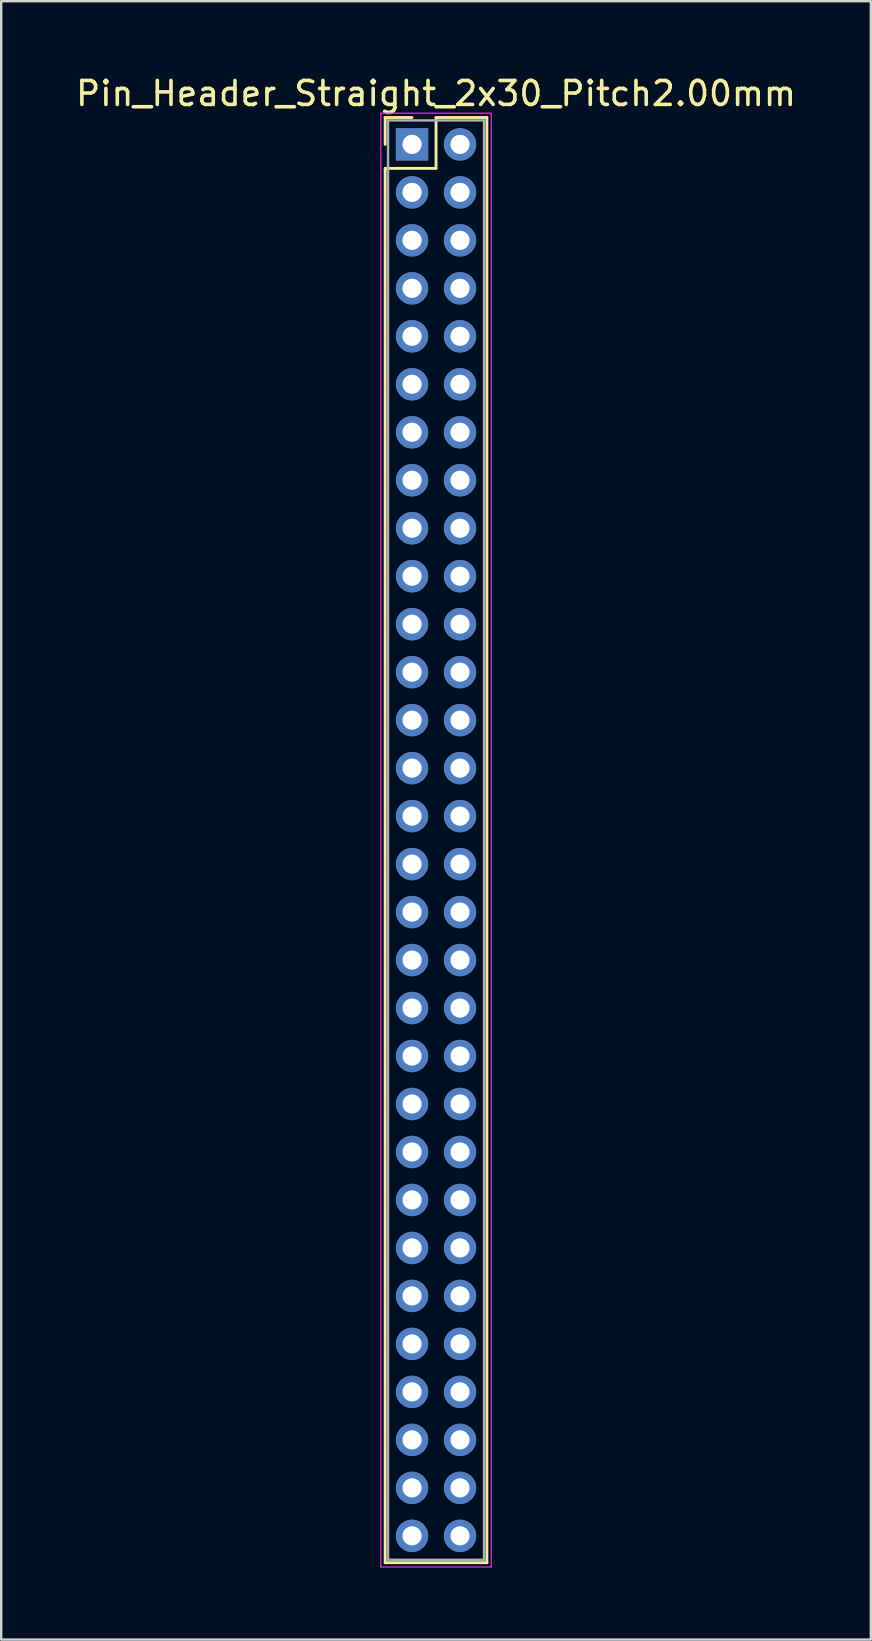
<source format=kicad_pcb>
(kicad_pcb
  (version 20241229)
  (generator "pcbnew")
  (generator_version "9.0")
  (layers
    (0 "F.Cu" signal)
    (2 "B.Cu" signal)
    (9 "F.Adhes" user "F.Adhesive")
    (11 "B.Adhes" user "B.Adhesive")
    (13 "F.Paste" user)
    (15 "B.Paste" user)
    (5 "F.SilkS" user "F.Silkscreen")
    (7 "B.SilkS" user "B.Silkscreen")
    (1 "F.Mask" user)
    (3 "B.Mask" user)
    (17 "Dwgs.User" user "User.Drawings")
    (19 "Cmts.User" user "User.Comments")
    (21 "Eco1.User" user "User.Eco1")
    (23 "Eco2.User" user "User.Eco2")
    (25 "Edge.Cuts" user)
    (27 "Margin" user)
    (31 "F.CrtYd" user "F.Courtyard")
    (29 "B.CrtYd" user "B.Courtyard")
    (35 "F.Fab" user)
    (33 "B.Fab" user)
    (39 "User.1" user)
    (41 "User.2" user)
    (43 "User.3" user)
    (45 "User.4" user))
  (footprint "Pin_Header_Straight_2x30_Pitch2.00mm"
    (layer "F.Cu")
    (at 14.125 2.968)
    (property "Reference" "Pin_Header_Straight_2x30_Pitch2.00mm" (at 1 -2.12 0) (layer "F.SilkS") (effects (font (size 1 1) (thickness 0.15))))
    (attr through_hole)
    (fp_line (start -1.12 -1.12) (end 0 -1.12) (stroke (width 0.12) (type solid)) (layer "F.SilkS"))
    (fp_line (start -1.12 0) (end -1.12 -1.12) (stroke (width 0.12) (type solid)) (layer "F.SilkS"))
    (fp_line (start -1.12 1) (end -1.12 59.12) (stroke (width 0.12) (type solid)) (layer "F.SilkS"))
    (fp_line (start -1.12 59.12) (end 3.12 59.12) (stroke (width 0.12) (type solid)) (layer "F.SilkS"))
    (fp_line (start 1 -1.12) (end 1 1) (stroke (width 0.12) (type solid)) (layer "F.SilkS"))
    (fp_line (start 1 1) (end -1.12 1) (stroke (width 0.12) (type solid)) (layer "F.SilkS"))
    (fp_line (start 3.12 -1.12) (end 1 -1.12) (stroke (width 0.12) (type solid)) (layer "F.SilkS"))
    (fp_line (start 3.12 59.12) (end 3.12 -1.12) (stroke (width 0.12) (type solid)) (layer "F.SilkS"))
    (fp_line (start -1.3 -1.3) (end -1.3 59.3) (stroke (width 0.05) (type solid)) (layer "F.CrtYd"))
    (fp_line (start -1.3 59.3) (end 3.3 59.3) (stroke (width 0.05) (type solid)) (layer "F.CrtYd"))
    (fp_line (start 3.3 -1.3) (end -1.3 -1.3) (stroke (width 0.05) (type solid)) (layer "F.CrtYd"))
    (fp_line (start 3.3 59.3) (end 3.3 -1.3) (stroke (width 0.05) (type solid)) (layer "F.CrtYd"))
    (fp_line (start -1 -1) (end -1 59) (stroke (width 0.1) (type solid)) (layer "F.Fab"))
    (fp_line (start -1 59) (end 3 59) (stroke (width 0.1) (type solid)) (layer "F.Fab"))
    (fp_line (start 3 -1) (end -1 -1) (stroke (width 0.1) (type solid)) (layer "F.Fab"))
    (fp_line (start 3 59) (end 3 -1) (stroke (width 0.1) (type solid)) (layer "F.Fab"))
    (pad "1" thru_hole rect (at 0 0) (size 1.35 1.35) (drill 0.8) (layers "*.Cu" "*.Mask"))
    (pad "2" thru_hole oval (at 2 0) (size 1.35 1.35) (drill 0.8) (layers "*.Cu" "*.Mask"))
    (pad "3" thru_hole oval (at 0 2) (size 1.35 1.35) (drill 0.8) (layers "*.Cu" "*.Mask"))
    (pad "4" thru_hole oval (at 2 2) (size 1.35 1.35) (drill 0.8) (layers "*.Cu" "*.Mask"))
    (pad "5" thru_hole oval (at 0 4) (size 1.35 1.35) (drill 0.8) (layers "*.Cu" "*.Mask"))
    (pad "6" thru_hole oval (at 2 4) (size 1.35 1.35) (drill 0.8) (layers "*.Cu" "*.Mask"))
    (pad "7" thru_hole oval (at 0 6) (size 1.35 1.35) (drill 0.8) (layers "*.Cu" "*.Mask"))
    (pad "8" thru_hole oval (at 2 6) (size 1.35 1.35) (drill 0.8) (layers "*.Cu" "*.Mask"))
    (pad "9" thru_hole oval (at 0 8) (size 1.35 1.35) (drill 0.8) (layers "*.Cu" "*.Mask"))
    (pad "10" thru_hole oval (at 2 8) (size 1.35 1.35) (drill 0.8) (layers "*.Cu" "*.Mask"))
    (pad "11" thru_hole oval (at 0 10) (size 1.35 1.35) (drill 0.8) (layers "*.Cu" "*.Mask"))
    (pad "12" thru_hole oval (at 2 10) (size 1.35 1.35) (drill 0.8) (layers "*.Cu" "*.Mask"))
    (pad "13" thru_hole oval (at 0 12) (size 1.35 1.35) (drill 0.8) (layers "*.Cu" "*.Mask"))
    (pad "14" thru_hole oval (at 2 12) (size 1.35 1.35) (drill 0.8) (layers "*.Cu" "*.Mask"))
    (pad "15" thru_hole oval (at 0 14) (size 1.35 1.35) (drill 0.8) (layers "*.Cu" "*.Mask"))
    (pad "16" thru_hole oval (at 2 14) (size 1.35 1.35) (drill 0.8) (layers "*.Cu" "*.Mask"))
    (pad "17" thru_hole oval (at 0 16) (size 1.35 1.35) (drill 0.8) (layers "*.Cu" "*.Mask"))
    (pad "18" thru_hole oval (at 2 16) (size 1.35 1.35) (drill 0.8) (layers "*.Cu" "*.Mask"))
    (pad "19" thru_hole oval (at 0 18) (size 1.35 1.35) (drill 0.8) (layers "*.Cu" "*.Mask"))
    (pad "20" thru_hole oval (at 2 18) (size 1.35 1.35) (drill 0.8) (layers "*.Cu" "*.Mask"))
    (pad "21" thru_hole oval (at 0 20) (size 1.35 1.35) (drill 0.8) (layers "*.Cu" "*.Mask"))
    (pad "22" thru_hole oval (at 2 20) (size 1.35 1.35) (drill 0.8) (layers "*.Cu" "*.Mask"))
    (pad "23" thru_hole oval (at 0 22) (size 1.35 1.35) (drill 0.8) (layers "*.Cu" "*.Mask"))
    (pad "24" thru_hole oval (at 2 22) (size 1.35 1.35) (drill 0.8) (layers "*.Cu" "*.Mask"))
    (pad "25" thru_hole oval (at 0 24) (size 1.35 1.35) (drill 0.8) (layers "*.Cu" "*.Mask"))
    (pad "26" thru_hole oval (at 2 24) (size 1.35 1.35) (drill 0.8) (layers "*.Cu" "*.Mask"))
    (pad "27" thru_hole oval (at 0 26) (size 1.35 1.35) (drill 0.8) (layers "*.Cu" "*.Mask"))
    (pad "28" thru_hole oval (at 2 26) (size 1.35 1.35) (drill 0.8) (layers "*.Cu" "*.Mask"))
    (pad "29" thru_hole oval (at 0 28) (size 1.35 1.35) (drill 0.8) (layers "*.Cu" "*.Mask"))
    (pad "30" thru_hole oval (at 2 28) (size 1.35 1.35) (drill 0.8) (layers "*.Cu" "*.Mask"))
    (pad "31" thru_hole oval (at 0 30) (size 1.35 1.35) (drill 0.8) (layers "*.Cu" "*.Mask"))
    (pad "32" thru_hole oval (at 2 30) (size 1.35 1.35) (drill 0.8) (layers "*.Cu" "*.Mask"))
    (pad "33" thru_hole oval (at 0 32) (size 1.35 1.35) (drill 0.8) (layers "*.Cu" "*.Mask"))
    (pad "34" thru_hole oval (at 2 32) (size 1.35 1.35) (drill 0.8) (layers "*.Cu" "*.Mask"))
    (pad "35" thru_hole oval (at 0 34) (size 1.35 1.35) (drill 0.8) (layers "*.Cu" "*.Mask"))
    (pad "36" thru_hole oval (at 2 34) (size 1.35 1.35) (drill 0.8) (layers "*.Cu" "*.Mask"))
    (pad "37" thru_hole oval (at 0 36) (size 1.35 1.35) (drill 0.8) (layers "*.Cu" "*.Mask"))
    (pad "38" thru_hole oval (at 2 36) (size 1.35 1.35) (drill 0.8) (layers "*.Cu" "*.Mask"))
    (pad "39" thru_hole oval (at 0 38) (size 1.35 1.35) (drill 0.8) (layers "*.Cu" "*.Mask"))
    (pad "40" thru_hole oval (at 2 38) (size 1.35 1.35) (drill 0.8) (layers "*.Cu" "*.Mask"))
    (pad "41" thru_hole oval (at 0 40) (size 1.35 1.35) (drill 0.8) (layers "*.Cu" "*.Mask"))
    (pad "42" thru_hole oval (at 2 40) (size 1.35 1.35) (drill 0.8) (layers "*.Cu" "*.Mask"))
    (pad "43" thru_hole oval (at 0 42) (size 1.35 1.35) (drill 0.8) (layers "*.Cu" "*.Mask"))
    (pad "44" thru_hole oval (at 2 42) (size 1.35 1.35) (drill 0.8) (layers "*.Cu" "*.Mask"))
    (pad "45" thru_hole oval (at 0 44) (size 1.35 1.35) (drill 0.8) (layers "*.Cu" "*.Mask"))
    (pad "46" thru_hole oval (at 2 44) (size 1.35 1.35) (drill 0.8) (layers "*.Cu" "*.Mask"))
    (pad "47" thru_hole oval (at 0 46) (size 1.35 1.35) (drill 0.8) (layers "*.Cu" "*.Mask"))
    (pad "48" thru_hole oval (at 2 46) (size 1.35 1.35) (drill 0.8) (layers "*.Cu" "*.Mask"))
    (pad "49" thru_hole oval (at 0 48) (size 1.35 1.35) (drill 0.8) (layers "*.Cu" "*.Mask"))
    (pad "50" thru_hole oval (at 2 48) (size 1.35 1.35) (drill 0.8) (layers "*.Cu" "*.Mask"))
    (pad "51" thru_hole oval (at 0 50) (size 1.35 1.35) (drill 0.8) (layers "*.Cu" "*.Mask"))
    (pad "52" thru_hole oval (at 2 50) (size 1.35 1.35) (drill 0.8) (layers "*.Cu" "*.Mask"))
    (pad "53" thru_hole oval (at 0 52) (size 1.35 1.35) (drill 0.8) (layers "*.Cu" "*.Mask"))
    (pad "54" thru_hole oval (at 2 52) (size 1.35 1.35) (drill 0.8) (layers "*.Cu" "*.Mask"))
    (pad "55" thru_hole oval (at 0 54) (size 1.35 1.35) (drill 0.8) (layers "*.Cu" "*.Mask"))
    (pad "56" thru_hole oval (at 2 54) (size 1.35 1.35) (drill 0.8) (layers "*.Cu" "*.Mask"))
    (pad "57" thru_hole oval (at 0 56) (size 1.35 1.35) (drill 0.8) (layers "*.Cu" "*.Mask"))
    (pad "58" thru_hole oval (at 2 56) (size 1.35 1.35) (drill 0.8) (layers "*.Cu" "*.Mask"))
    (pad "59" thru_hole oval (at 0 58) (size 1.35 1.35) (drill 0.8) (layers "*.Cu" "*.Mask"))
    (pad "60" thru_hole oval (at 2 58) (size 1.35 1.35) (drill 0.8) (layers "*.Cu" "*.Mask")))
  (gr_rect
    (start -3 -3)
    (end 33.25 65.293)
    (stroke (width 0.1) (type default))
    (fill no)
    (layer "Edge.Cuts")))
</source>
